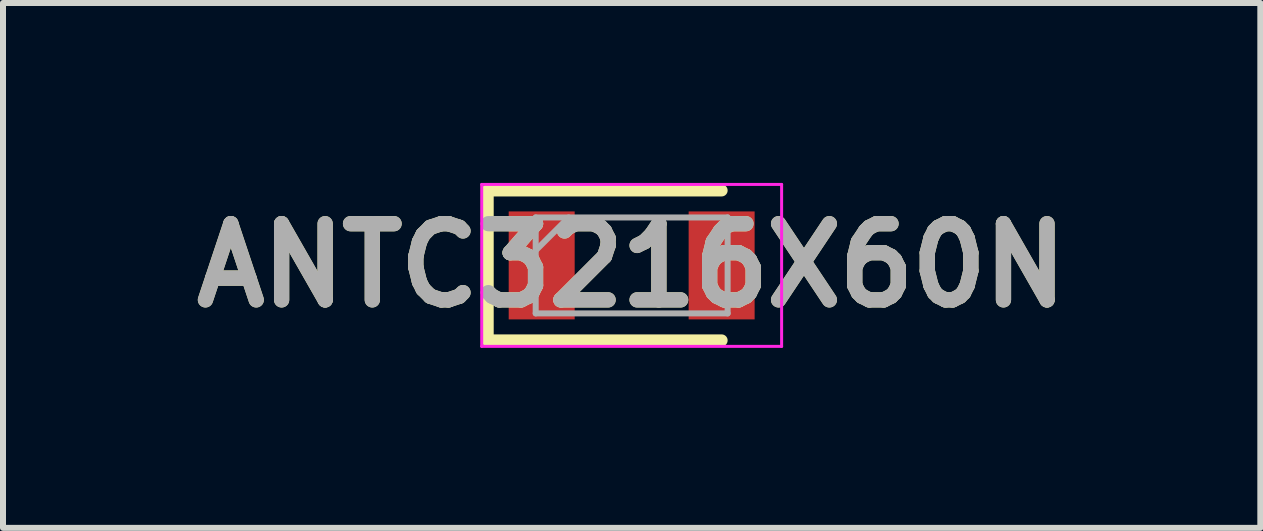
<source format=kicad_pcb>
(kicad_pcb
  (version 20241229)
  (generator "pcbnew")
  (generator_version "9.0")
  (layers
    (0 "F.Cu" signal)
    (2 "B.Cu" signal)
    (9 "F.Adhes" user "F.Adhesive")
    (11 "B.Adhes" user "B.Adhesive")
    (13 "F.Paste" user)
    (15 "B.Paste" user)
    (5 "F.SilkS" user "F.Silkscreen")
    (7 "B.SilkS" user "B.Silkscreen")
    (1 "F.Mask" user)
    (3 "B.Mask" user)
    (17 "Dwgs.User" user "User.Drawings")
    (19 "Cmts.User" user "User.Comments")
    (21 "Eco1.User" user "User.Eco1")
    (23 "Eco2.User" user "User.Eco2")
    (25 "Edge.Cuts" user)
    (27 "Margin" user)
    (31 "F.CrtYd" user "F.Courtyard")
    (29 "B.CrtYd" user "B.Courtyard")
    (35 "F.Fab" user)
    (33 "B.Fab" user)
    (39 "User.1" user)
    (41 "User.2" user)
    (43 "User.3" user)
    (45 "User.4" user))
  (footprint "ANTC3216X60N"
    (layer "F.Cu")
    (at 7.481 1.375)
    (property "Reference" "ANTC3216X60N" (at 0 0 0) (layer "F.SilkS") (effects (font (size 1.27 1.27) (thickness 0.254))))
    (attr smd)
    (fp_line (start -2.4 -1.25) (end -2.4 1.25) (stroke (width 0.2) (type solid)) (layer "F.SilkS"))
    (fp_line (start -2.4 1.25) (end 1.5 1.25) (stroke (width 0.2) (type solid)) (layer "F.SilkS"))
    (fp_line (start 1.5 -1.25) (end -2.4 -1.25) (stroke (width 0.2) (type solid)) (layer "F.SilkS"))
    (fp_line (start -2.5 -1.35) (end 2.5 -1.35) (stroke (width 0.05) (type solid)) (layer "F.CrtYd"))
    (fp_line (start -2.5 1.35) (end -2.5 -1.35) (stroke (width 0.05) (type solid)) (layer "F.CrtYd"))
    (fp_line (start 2.5 -1.35) (end 2.5 1.35) (stroke (width 0.05) (type solid)) (layer "F.CrtYd"))
    (fp_line (start 2.5 1.35) (end -2.5 1.35) (stroke (width 0.05) (type solid)) (layer "F.CrtYd"))
    (fp_line (start -1.6 -0.8) (end 1.6 -0.8) (stroke (width 0.1) (type solid)) (layer "F.Fab"))
    (fp_line (start -1.6 -0.25) (end -1.05 -0.8) (stroke (width 0.1) (type solid)) (layer "F.Fab"))
    (fp_line (start -1.6 0.8) (end -1.6 -0.8) (stroke (width 0.1) (type solid)) (layer "F.Fab"))
    (fp_line (start 1.6 -0.8) (end 1.6 0.8) (stroke (width 0.1) (type solid)) (layer "F.Fab"))
    (fp_line (start 1.6 0.8) (end -1.6 0.8) (stroke (width 0.1) (type solid)) (layer "F.Fab"))
    (fp_text user "${REFERENCE}" (at 0 0 0) (layer "F.Fab") (effects (font (size 1.27 1.27) (thickness 0.254))))
    (pad "1" smd rect (at -1.5 0) (size 1.1 1.8) (layers "F.Cu" "F.Mask" "F.Paste"))
    (pad "2" smd rect (at 1.5 0) (size 1.1 1.8) (layers "F.Cu" "F.Mask" "F.Paste")))
  (gr_rect
    (start -3 -3)
    (end 17.962 5.75)
    (stroke (width 0.1) (type default))
    (fill no)
    (layer "Edge.Cuts")))
</source>
